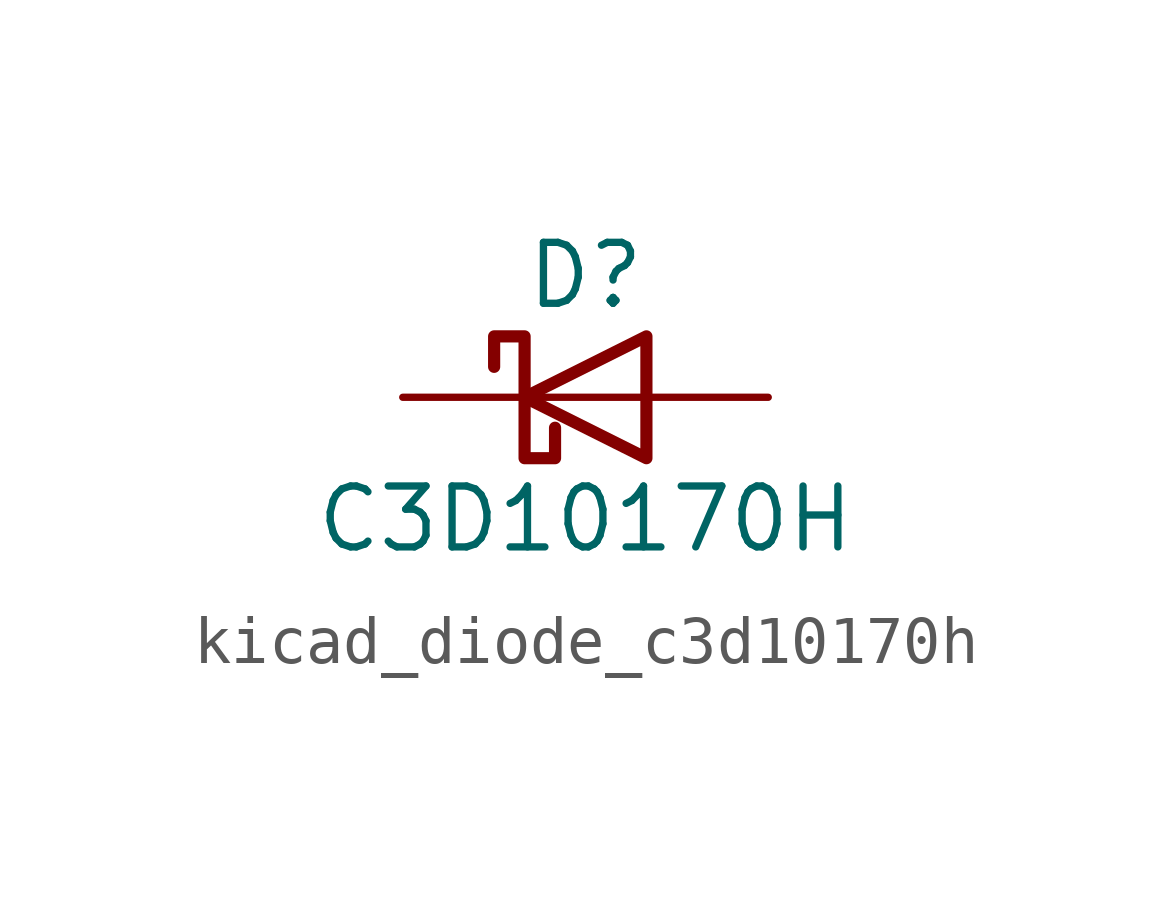
<source format=kicad_sym>
(kicad_symbol_lib
  (version 20220914)
  (generator kicad_symbol_editor)
  (symbol "kicad_diode_c3d10170h"
    (pin_numbers hide)
    (pin_names
      (offset 1.016) hide)
    (property "Reference" "D"
      (at 0 2.54 0)
      (effects (font (size 1.27 1.27))))
    (property "Value" "C3D10170H"
      (at 0 -2.54 0)
      (effects (font (size 1.27 1.27))))
    (symbol "kicad_diode_c3d10170h_0_1"
      (polyline (pts (xy 1.27 0) (xy -1.27 0)) (stroke (width 0) (type default)) (fill (type none)))
      (polyline (pts (xy 1.27 1.27) (xy 1.27 -1.27) (xy -1.27 0) (xy 1.27 1.27)) (stroke (width 0.254) (type default)) (fill (type none)))
      (polyline (pts (xy -1.905 0.635) (xy -1.905 1.27) (xy -1.27 1.27) (xy -1.27 -1.27) (xy -0.635 -1.27) (xy -0.635 -0.635)) (stroke (width 0.254) (type default)) (fill (type none))))
    (symbol "kicad_diode_c3d10170h_1_1"
      (pin passive line (at -3.81 0 0) (length 2.54) (name "K" (effects (font (size 1.27 1.27)))) (number "1" (effects (font (size 1.27 1.27)))))
      (pin passive line (at 3.81 0 180) (length 2.54) (name "A" (effects (font (size 1.27 1.27)))) (number "2" (effects (font (size 1.27 1.27))))))))
</source>
